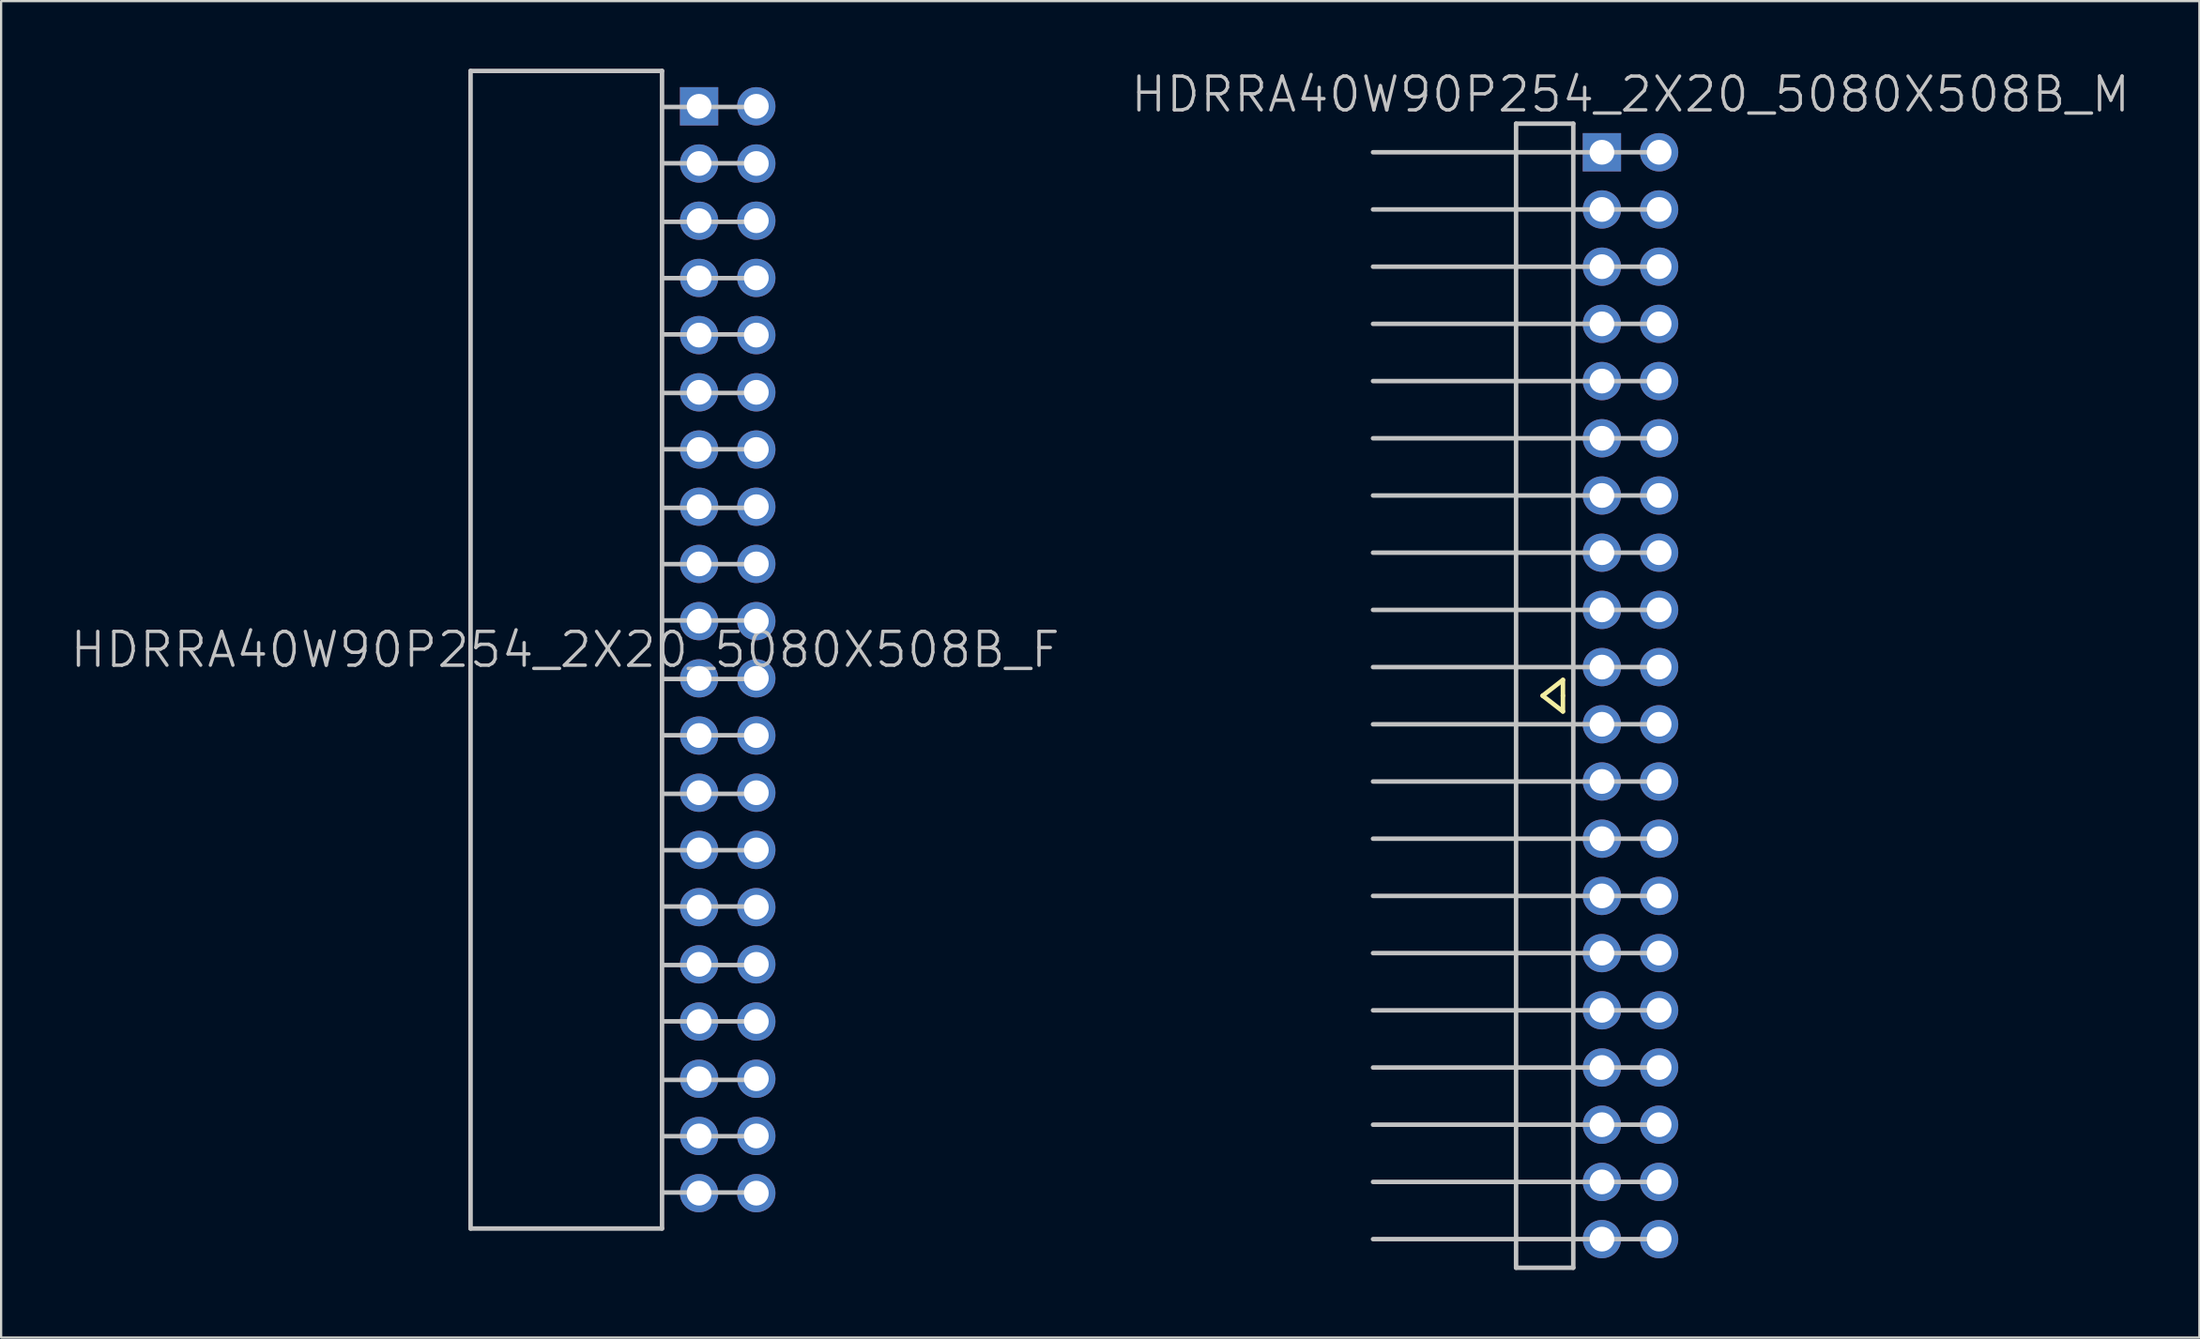
<source format=kicad_pcb>
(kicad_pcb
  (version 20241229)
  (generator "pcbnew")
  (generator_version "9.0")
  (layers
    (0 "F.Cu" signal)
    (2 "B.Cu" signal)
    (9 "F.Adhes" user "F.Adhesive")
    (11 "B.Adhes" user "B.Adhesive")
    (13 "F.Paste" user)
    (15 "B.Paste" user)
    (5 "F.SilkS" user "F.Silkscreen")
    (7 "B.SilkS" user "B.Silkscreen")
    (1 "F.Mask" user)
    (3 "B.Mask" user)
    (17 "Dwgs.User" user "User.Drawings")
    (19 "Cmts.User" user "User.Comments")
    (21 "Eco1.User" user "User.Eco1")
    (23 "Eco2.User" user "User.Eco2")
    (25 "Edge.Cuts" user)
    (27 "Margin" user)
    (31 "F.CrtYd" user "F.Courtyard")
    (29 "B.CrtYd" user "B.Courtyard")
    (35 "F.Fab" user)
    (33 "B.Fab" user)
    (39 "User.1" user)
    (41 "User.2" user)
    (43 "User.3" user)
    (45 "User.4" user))
  (footprint "HDRRA40W90P254_2X20_5080X508B_F"
    (layer "F.Cu")
    (at 24.339 25.8)
    (property "Reference" "HDRRA40W90P254_2X20_5080X508B_F" (at -2.3 0 180) (layer "Dwgs.User") (effects (font (size 1.5 1.5) (thickness 0.15))))
    (attr through_hole)
    (fp_line (start -6.5 -25.7) (end -6.5 25.7) (stroke (width 0.2) (type solid)) (layer "Dwgs.User"))
    (fp_line (start 2 -25.7) (end -6.5 -25.7) (stroke (width 0.2) (type solid)) (layer "Dwgs.User"))
    (fp_line (start 2 -25.7) (end 2 25.7) (stroke (width 0.2) (type solid)) (layer "Dwgs.User"))
    (fp_line (start 2 25.7) (end -6.5 25.7) (stroke (width 0.2) (type solid)) (layer "Dwgs.User"))
    (fp_line (start 6.2 -24.1) (end 2 -24.1) (stroke (width 0.2) (type solid)) (layer "Dwgs.User"))
    (fp_line (start 6.2 -21.6) (end 2 -21.6) (stroke (width 0.2) (type solid)) (layer "Dwgs.User"))
    (fp_line (start 6.2 -19) (end 2 -19) (stroke (width 0.2) (type solid)) (layer "Dwgs.User"))
    (fp_line (start 6.2 -16.5) (end 2 -16.5) (stroke (width 0.2) (type solid)) (layer "Dwgs.User"))
    (fp_line (start 6.2 -14) (end 2 -14) (stroke (width 0.2) (type solid)) (layer "Dwgs.User"))
    (fp_line (start 6.2 -11.4) (end 2 -11.4) (stroke (width 0.2) (type solid)) (layer "Dwgs.User"))
    (fp_line (start 6.2 -8.9) (end 2 -8.9) (stroke (width 0.2) (type solid)) (layer "Dwgs.User"))
    (fp_line (start 6.2 -6.3) (end 2 -6.3) (stroke (width 0.2) (type solid)) (layer "Dwgs.User"))
    (fp_line (start 6.2 -3.8) (end 2 -3.8) (stroke (width 0.2) (type solid)) (layer "Dwgs.User"))
    (fp_line (start 6.2 -1.3) (end 2 -1.3) (stroke (width 0.2) (type solid)) (layer "Dwgs.User"))
    (fp_line (start 6.2 1.3) (end 2 1.3) (stroke (width 0.2) (type solid)) (layer "Dwgs.User"))
    (fp_line (start 6.2 3.8) (end 2 3.8) (stroke (width 0.2) (type solid)) (layer "Dwgs.User"))
    (fp_line (start 6.2 6.4) (end 2 6.4) (stroke (width 0.2) (type solid)) (layer "Dwgs.User"))
    (fp_line (start 6.2 8.9) (end 2 8.9) (stroke (width 0.2) (type solid)) (layer "Dwgs.User"))
    (fp_line (start 6.2 11.4) (end 2 11.4) (stroke (width 0.2) (type solid)) (layer "Dwgs.User"))
    (fp_line (start 6.2 14) (end 2 14) (stroke (width 0.2) (type solid)) (layer "Dwgs.User"))
    (fp_line (start 6.2 16.5) (end 2 16.5) (stroke (width 0.2) (type solid)) (layer "Dwgs.User"))
    (fp_line (start 6.2 19.1) (end 2 19.1) (stroke (width 0.2) (type solid)) (layer "Dwgs.User"))
    (fp_line (start 6.2 21.6) (end 2 21.6) (stroke (width 0.2) (type solid)) (layer "Dwgs.User"))
    (fp_line (start 6.2 24.1) (end 2 24.1) (stroke (width 0.2) (type solid)) (layer "Dwgs.User"))
    (pad "1" thru_hole rect (at 3.645 -24.13) (size 1.7 1.7) (drill 1.1) (layers "*.Cu" "*.Mask"))
    (pad "2" thru_hole circle (at 6.185 -24.13 270) (size 1.7 1.7) (drill 1.1) (layers "*.Cu" "*.Mask"))
    (pad "3" thru_hole circle (at 3.645 -21.59 270) (size 1.7 1.7) (drill 1.1) (layers "*.Cu" "*.Mask"))
    (pad "4" thru_hole circle (at 6.185 -21.59 270) (size 1.7 1.7) (drill 1.1) (layers "*.Cu" "*.Mask"))
    (pad "5" thru_hole circle (at 3.645 -19.05 270) (size 1.7 1.7) (drill 1.1) (layers "*.Cu" "*.Mask"))
    (pad "6" thru_hole circle (at 6.185 -19.05 270) (size 1.7 1.7) (drill 1.1) (layers "*.Cu" "*.Mask"))
    (pad "7" thru_hole circle (at 3.645 -16.51 270) (size 1.7 1.7) (drill 1.1) (layers "*.Cu" "*.Mask"))
    (pad "8" thru_hole circle (at 6.185 -16.51 270) (size 1.7 1.7) (drill 1.1) (layers "*.Cu" "*.Mask"))
    (pad "9" thru_hole circle (at 3.645 -13.97 270) (size 1.7 1.7) (drill 1.1) (layers "*.Cu" "*.Mask"))
    (pad "10" thru_hole circle (at 6.185 -13.97 270) (size 1.7 1.7) (drill 1.1) (layers "*.Cu" "*.Mask"))
    (pad "11" thru_hole circle (at 3.645 -11.43 270) (size 1.7 1.7) (drill 1.1) (layers "*.Cu" "*.Mask"))
    (pad "12" thru_hole circle (at 6.185 -11.43 270) (size 1.7 1.7) (drill 1.1) (layers "*.Cu" "*.Mask"))
    (pad "13" thru_hole circle (at 3.645 -8.89 270) (size 1.7 1.7) (drill 1.1) (layers "*.Cu" "*.Mask"))
    (pad "14" thru_hole circle (at 6.185 -8.89 270) (size 1.7 1.7) (drill 1.1) (layers "*.Cu" "*.Mask"))
    (pad "15" thru_hole circle (at 3.645 -6.35 270) (size 1.7 1.7) (drill 1.1) (layers "*.Cu" "*.Mask"))
    (pad "16" thru_hole circle (at 6.185 -6.35 270) (size 1.7 1.7) (drill 1.1) (layers "*.Cu" "*.Mask"))
    (pad "17" thru_hole circle (at 3.645 -3.81 270) (size 1.7 1.7) (drill 1.1) (layers "*.Cu" "*.Mask"))
    (pad "18" thru_hole circle (at 6.185 -3.81 270) (size 1.7 1.7) (drill 1.1) (layers "*.Cu" "*.Mask"))
    (pad "19" thru_hole circle (at 3.645 -1.27 270) (size 1.7 1.7) (drill 1.1) (layers "*.Cu" "*.Mask"))
    (pad "20" thru_hole circle (at 6.185 -1.27 270) (size 1.7 1.7) (drill 1.1) (layers "*.Cu" "*.Mask"))
    (pad "21" thru_hole circle (at 3.645 1.27 270) (size 1.7 1.7) (drill 1.1) (layers "*.Cu" "*.Mask"))
    (pad "22" thru_hole circle (at 6.185 1.27 270) (size 1.7 1.7) (drill 1.1) (layers "*.Cu" "*.Mask"))
    (pad "23" thru_hole circle (at 3.645 3.81 270) (size 1.7 1.7) (drill 1.1) (layers "*.Cu" "*.Mask"))
    (pad "24" thru_hole circle (at 6.185 3.81 270) (size 1.7 1.7) (drill 1.1) (layers "*.Cu" "*.Mask"))
    (pad "25" thru_hole circle (at 3.645 6.35 270) (size 1.7 1.7) (drill 1.1) (layers "*.Cu" "*.Mask"))
    (pad "26" thru_hole circle (at 6.185 6.35 270) (size 1.7 1.7) (drill 1.1) (layers "*.Cu" "*.Mask"))
    (pad "27" thru_hole circle (at 3.645 8.89 270) (size 1.7 1.7) (drill 1.1) (layers "*.Cu" "*.Mask"))
    (pad "28" thru_hole circle (at 6.185 8.89 270) (size 1.7 1.7) (drill 1.1) (layers "*.Cu" "*.Mask"))
    (pad "29" thru_hole circle (at 3.645 11.43 270) (size 1.7 1.7) (drill 1.1) (layers "*.Cu" "*.Mask"))
    (pad "30" thru_hole circle (at 6.185 11.43 270) (size 1.7 1.7) (drill 1.1) (layers "*.Cu" "*.Mask"))
    (pad "31" thru_hole circle (at 3.645 13.97 270) (size 1.7 1.7) (drill 1.1) (layers "*.Cu" "*.Mask"))
    (pad "32" thru_hole circle (at 6.185 13.97 270) (size 1.7 1.7) (drill 1.1) (layers "*.Cu" "*.Mask"))
    (pad "33" thru_hole circle (at 3.645 16.51 270) (size 1.7 1.7) (drill 1.1) (layers "*.Cu" "*.Mask"))
    (pad "34" thru_hole circle (at 6.185 16.51 270) (size 1.7 1.7) (drill 1.1) (layers "*.Cu" "*.Mask"))
    (pad "35" thru_hole circle (at 3.645 19.05 270) (size 1.7 1.7) (drill 1.1) (layers "*.Cu" "*.Mask"))
    (pad "36" thru_hole circle (at 6.185 19.05 270) (size 1.7 1.7) (drill 1.1) (layers "*.Cu" "*.Mask"))
    (pad "37" thru_hole circle (at 3.645 21.59 270) (size 1.7 1.7) (drill 1.1) (layers "*.Cu" "*.Mask"))
    (pad "38" thru_hole circle (at 6.185 21.59 270) (size 1.7 1.7) (drill 1.1) (layers "*.Cu" "*.Mask"))
    (pad "39" thru_hole circle (at 3.645 24.13 270) (size 1.7 1.7) (drill 1.1) (layers "*.Cu" "*.Mask"))
    (pad "40" thru_hole circle (at 6.185 24.13 270) (size 1.7 1.7) (drill 1.1) (layers "*.Cu" "*.Mask")))
  (footprint "HDRRA40W90P254_2X20_5080X508B_M"
    (layer "F.Cu")
    (at 69.332 27.841)
    (property "Reference" "HDRRA40W90P254_2X20_5080X508B_M" (at 0 -26.7 180) (layer "Dwgs.User") (effects (font (size 1.5 1.5) (thickness 0.15))))
    (attr through_hole)
    (fp_line (start -3.9 0) (end -3 0.7) (stroke (width 0.2) (type solid)) (layer "F.SilkS"))
    (fp_line (start -3 -0.7) (end -3.9 0) (stroke (width 0.2) (type solid)) (layer "F.SilkS"))
    (fp_line (start -3 0) (end -3 -0.7) (stroke (width 0.2) (type solid)) (layer "F.SilkS"))
    (fp_line (start -3 0.7) (end -3 0) (stroke (width 0.2) (type solid)) (layer "F.SilkS"))
    (fp_line (start -11.43 -19.05) (end 1.27 -19.05) (stroke (width 0.2) (type solid)) (layer "Dwgs.User"))
    (fp_line (start -11.43 6.35) (end 1.27 6.35) (stroke (width 0.2) (type solid)) (layer "Dwgs.User"))
    (fp_line (start -5.08 -25.4) (end -5.08 25.4) (stroke (width 0.2) (type solid)) (layer "Dwgs.User"))
    (fp_line (start -5.08 -25.4) (end -2.54 -25.4) (stroke (width 0.2) (type solid)) (layer "Dwgs.User"))
    (fp_line (start -2.54 25.4) (end -5.08 25.4) (stroke (width 0.2) (type solid)) (layer "Dwgs.User"))
    (fp_line (start -2.54 25.4) (end -2.54 -25.4) (stroke (width 0.2) (type solid)) (layer "Dwgs.User"))
    (fp_line (start 1.27 -24.13) (end -11.43 -24.13) (stroke (width 0.2) (type solid)) (layer "Dwgs.User"))
    (fp_line (start 1.27 -21.59) (end -11.43 -21.59) (stroke (width 0.2) (type solid)) (layer "Dwgs.User"))
    (fp_line (start 1.27 -16.51) (end -11.43 -16.51) (stroke (width 0.2) (type solid)) (layer "Dwgs.User"))
    (fp_line (start 1.27 -13.97) (end -11.43 -13.97) (stroke (width 0.2) (type solid)) (layer "Dwgs.User"))
    (fp_line (start 1.27 -11.43) (end -11.43 -11.43) (stroke (width 0.2) (type solid)) (layer "Dwgs.User"))
    (fp_line (start 1.27 -8.89) (end -11.43 -8.89) (stroke (width 0.2) (type solid)) (layer "Dwgs.User"))
    (fp_line (start 1.27 -6.35) (end -11.43 -6.35) (stroke (width 0.2) (type solid)) (layer "Dwgs.User"))
    (fp_line (start 1.27 -3.81) (end -11.43 -3.81) (stroke (width 0.2) (type solid)) (layer "Dwgs.User"))
    (fp_line (start 1.27 -1.27) (end -11.43 -1.27) (stroke (width 0.2) (type solid)) (layer "Dwgs.User"))
    (fp_line (start 1.27 1.27) (end -11.43 1.27) (stroke (width 0.2) (type solid)) (layer "Dwgs.User"))
    (fp_line (start 1.27 3.81) (end -11.43 3.81) (stroke (width 0.2) (type solid)) (layer "Dwgs.User"))
    (fp_line (start 1.27 8.89) (end -11.43 8.89) (stroke (width 0.2) (type solid)) (layer "Dwgs.User"))
    (fp_line (start 1.27 11.43) (end -11.43 11.43) (stroke (width 0.2) (type solid)) (layer "Dwgs.User"))
    (fp_line (start 1.27 13.97) (end -11.43 13.97) (stroke (width 0.2) (type solid)) (layer "Dwgs.User"))
    (fp_line (start 1.27 16.51) (end -11.43 16.51) (stroke (width 0.2) (type solid)) (layer "Dwgs.User"))
    (fp_line (start 1.27 19.05) (end -11.43 19.05) (stroke (width 0.2) (type solid)) (layer "Dwgs.User"))
    (fp_line (start 1.27 21.59) (end -11.43 21.59) (stroke (width 0.2) (type solid)) (layer "Dwgs.User"))
    (fp_line (start 1.27 24.13) (end -11.43 24.13) (stroke (width 0.2) (type solid)) (layer "Dwgs.User"))
    (pad "1" thru_hole rect (at -1.27 -24.13) (size 1.7 1.7) (drill 1.1) (layers "*.Cu" "*.Mask"))
    (pad "2" thru_hole circle (at 1.27 -24.13 270) (size 1.7 1.7) (drill 1.1) (layers "*.Cu" "*.Mask"))
    (pad "3" thru_hole circle (at -1.27 -21.59 270) (size 1.7 1.7) (drill 1.1) (layers "*.Cu" "*.Mask"))
    (pad "4" thru_hole circle (at 1.27 -21.59 270) (size 1.7 1.7) (drill 1.1) (layers "*.Cu" "*.Mask"))
    (pad "5" thru_hole circle (at -1.27 -19.05 270) (size 1.7 1.7) (drill 1.1) (layers "*.Cu" "*.Mask"))
    (pad "6" thru_hole circle (at 1.27 -19.05 270) (size 1.7 1.7) (drill 1.1) (layers "*.Cu" "*.Mask"))
    (pad "7" thru_hole circle (at -1.27 -16.51 270) (size 1.7 1.7) (drill 1.1) (layers "*.Cu" "*.Mask"))
    (pad "8" thru_hole circle (at 1.27 -16.51 270) (size 1.7 1.7) (drill 1.1) (layers "*.Cu" "*.Mask"))
    (pad "9" thru_hole circle (at -1.27 -13.97 270) (size 1.7 1.7) (drill 1.1) (layers "*.Cu" "*.Mask"))
    (pad "10" thru_hole circle (at 1.27 -13.97 270) (size 1.7 1.7) (drill 1.1) (layers "*.Cu" "*.Mask"))
    (pad "11" thru_hole circle (at -1.27 -11.43 270) (size 1.7 1.7) (drill 1.1) (layers "*.Cu" "*.Mask"))
    (pad "12" thru_hole circle (at 1.27 -11.43 270) (size 1.7 1.7) (drill 1.1) (layers "*.Cu" "*.Mask"))
    (pad "13" thru_hole circle (at -1.27 -8.89 270) (size 1.7 1.7) (drill 1.1) (layers "*.Cu" "*.Mask"))
    (pad "14" thru_hole circle (at 1.27 -8.89 270) (size 1.7 1.7) (drill 1.1) (layers "*.Cu" "*.Mask"))
    (pad "15" thru_hole circle (at -1.27 -6.35 270) (size 1.7 1.7) (drill 1.1) (layers "*.Cu" "*.Mask"))
    (pad "16" thru_hole circle (at 1.27 -6.35 270) (size 1.7 1.7) (drill 1.1) (layers "*.Cu" "*.Mask"))
    (pad "17" thru_hole circle (at -1.27 -3.81 270) (size 1.7 1.7) (drill 1.1) (layers "*.Cu" "*.Mask"))
    (pad "18" thru_hole circle (at 1.27 -3.81 270) (size 1.7 1.7) (drill 1.1) (layers "*.Cu" "*.Mask"))
    (pad "19" thru_hole circle (at -1.27 -1.27 270) (size 1.7 1.7) (drill 1.1) (layers "*.Cu" "*.Mask"))
    (pad "20" thru_hole circle (at 1.27 -1.27 270) (size 1.7 1.7) (drill 1.1) (layers "*.Cu" "*.Mask"))
    (pad "21" thru_hole circle (at -1.27 1.27 270) (size 1.7 1.7) (drill 1.1) (layers "*.Cu" "*.Mask"))
    (pad "22" thru_hole circle (at 1.27 1.27 270) (size 1.7 1.7) (drill 1.1) (layers "*.Cu" "*.Mask"))
    (pad "23" thru_hole circle (at -1.27 3.81 270) (size 1.7 1.7) (drill 1.1) (layers "*.Cu" "*.Mask"))
    (pad "24" thru_hole circle (at 1.27 3.81 270) (size 1.7 1.7) (drill 1.1) (layers "*.Cu" "*.Mask"))
    (pad "25" thru_hole circle (at -1.27 6.35 270) (size 1.7 1.7) (drill 1.1) (layers "*.Cu" "*.Mask"))
    (pad "26" thru_hole circle (at 1.27 6.35 270) (size 1.7 1.7) (drill 1.1) (layers "*.Cu" "*.Mask"))
    (pad "27" thru_hole circle (at -1.27 8.89 270) (size 1.7 1.7) (drill 1.1) (layers "*.Cu" "*.Mask"))
    (pad "28" thru_hole circle (at 1.27 8.89 270) (size 1.7 1.7) (drill 1.1) (layers "*.Cu" "*.Mask"))
    (pad "29" thru_hole circle (at -1.27 11.43 270) (size 1.7 1.7) (drill 1.1) (layers "*.Cu" "*.Mask"))
    (pad "30" thru_hole circle (at 1.27 11.43 270) (size 1.7 1.7) (drill 1.1) (layers "*.Cu" "*.Mask"))
    (pad "31" thru_hole circle (at -1.27 13.97 270) (size 1.7 1.7) (drill 1.1) (layers "*.Cu" "*.Mask"))
    (pad "32" thru_hole circle (at 1.27 13.97 270) (size 1.7 1.7) (drill 1.1) (layers "*.Cu" "*.Mask"))
    (pad "33" thru_hole circle (at -1.27 16.51 270) (size 1.7 1.7) (drill 1.1) (layers "*.Cu" "*.Mask"))
    (pad "34" thru_hole circle (at 1.27 16.51 270) (size 1.7 1.7) (drill 1.1) (layers "*.Cu" "*.Mask"))
    (pad "35" thru_hole circle (at -1.27 19.05 270) (size 1.7 1.7) (drill 1.1) (layers "*.Cu" "*.Mask"))
    (pad "36" thru_hole circle (at 1.27 19.05 270) (size 1.7 1.7) (drill 1.1) (layers "*.Cu" "*.Mask"))
    (pad "37" thru_hole circle (at -1.27 21.59 270) (size 1.7 1.7) (drill 1.1) (layers "*.Cu" "*.Mask"))
    (pad "38" thru_hole circle (at 1.27 21.59 270) (size 1.7 1.7) (drill 1.1) (layers "*.Cu" "*.Mask"))
    (pad "39" thru_hole circle (at -1.27 24.13 270) (size 1.7 1.7) (drill 1.1) (layers "*.Cu" "*.Mask"))
    (pad "40" thru_hole circle (at 1.27 24.13 270) (size 1.7 1.7) (drill 1.1) (layers "*.Cu" "*.Mask")))
  (gr_rect
    (start -3 -3)
    (end 94.586 56.341)
    (stroke (width 0.1) (type default))
    (fill no)
    (layer "Edge.Cuts")))
</source>
